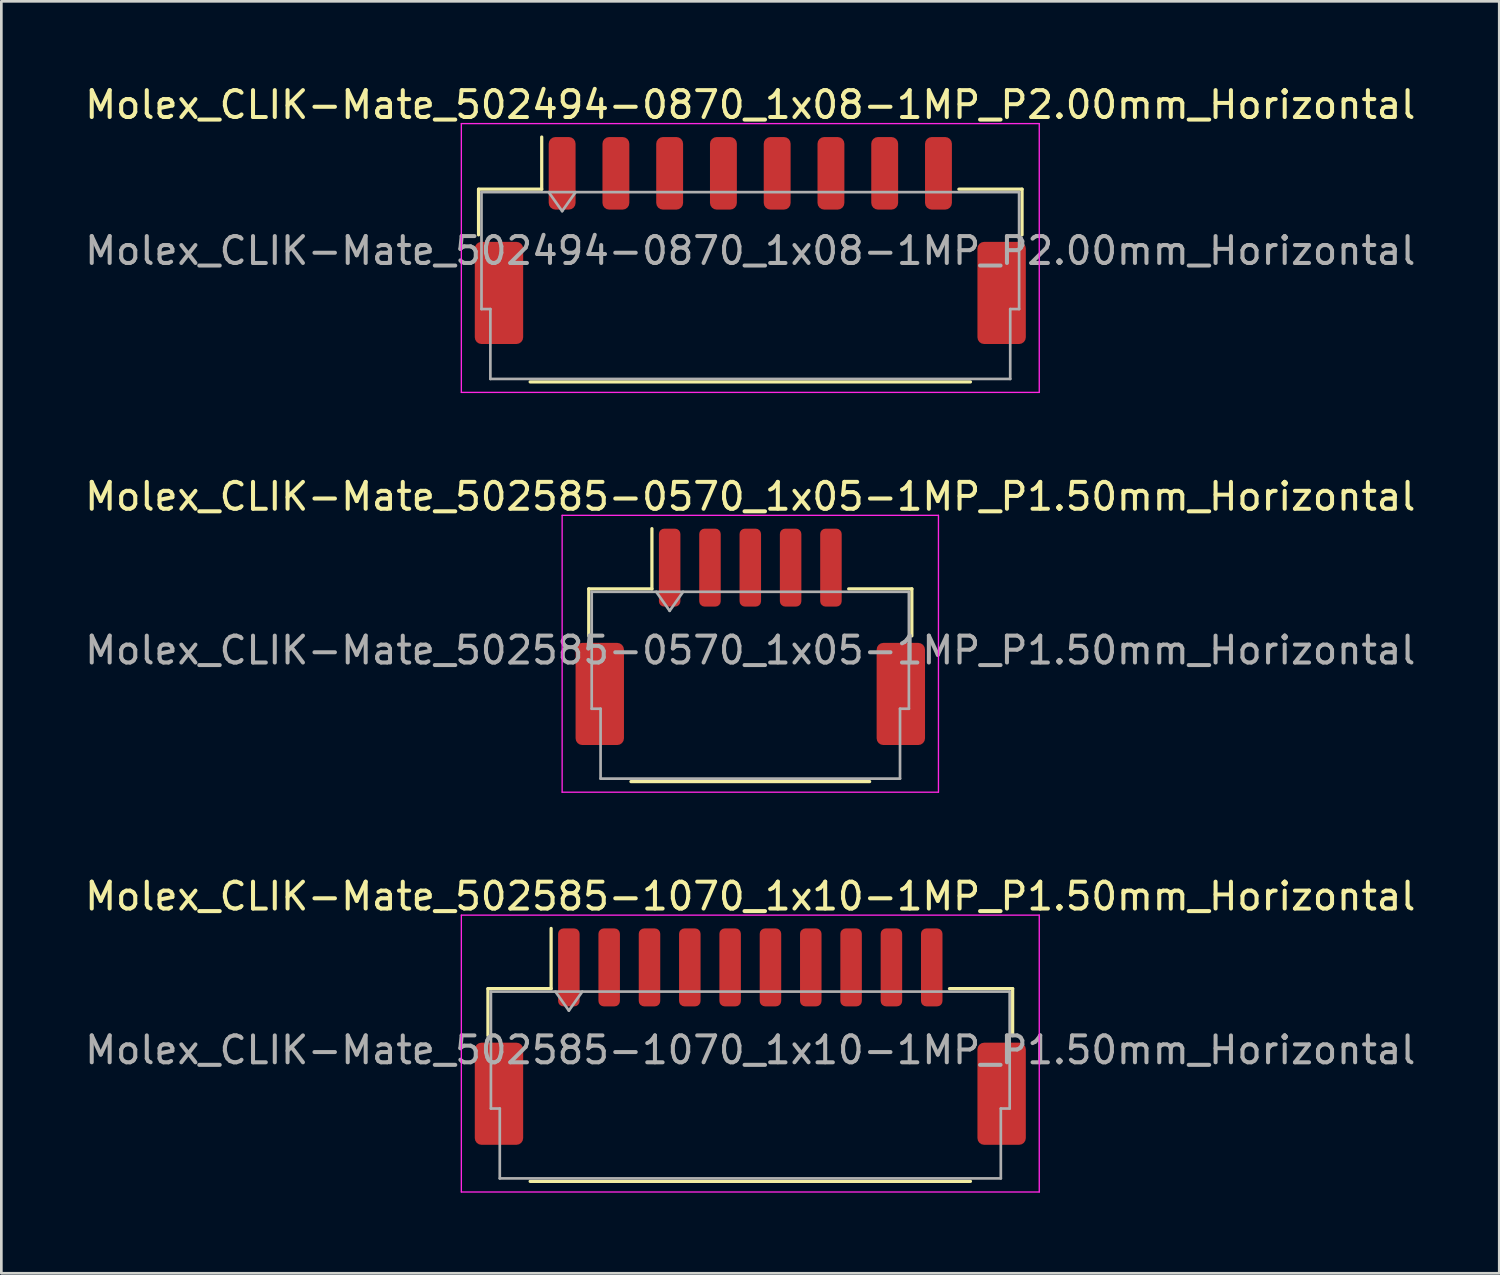
<source format=kicad_pcb>
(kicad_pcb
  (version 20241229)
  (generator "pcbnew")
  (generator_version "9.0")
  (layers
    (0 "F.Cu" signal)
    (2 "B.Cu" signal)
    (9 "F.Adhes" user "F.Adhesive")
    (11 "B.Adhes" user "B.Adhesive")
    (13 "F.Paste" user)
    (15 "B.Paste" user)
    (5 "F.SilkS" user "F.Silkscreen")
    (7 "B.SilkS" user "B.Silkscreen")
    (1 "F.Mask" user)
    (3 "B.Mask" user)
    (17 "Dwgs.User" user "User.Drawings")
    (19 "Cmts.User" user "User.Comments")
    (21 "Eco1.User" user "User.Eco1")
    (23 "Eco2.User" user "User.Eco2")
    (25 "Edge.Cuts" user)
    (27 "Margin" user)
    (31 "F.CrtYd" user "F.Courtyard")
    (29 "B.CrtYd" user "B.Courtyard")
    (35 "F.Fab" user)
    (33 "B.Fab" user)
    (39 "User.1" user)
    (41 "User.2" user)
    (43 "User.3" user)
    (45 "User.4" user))
  (footprint "Molex_CLIK-Mate_502494-0870_1x08-1MP_P2.00mm_Horizontal"
    (layer "F.Cu")
    (at 24.863 5.898)
    (property "Reference" "Molex_CLIK-Mate_502494-0870_1x08-1MP_P2.00mm_Horizontal" (at 0 -5.05 0) (layer "F.SilkS") (effects (font (size 1 1) (thickness 0.15))))
    (attr smd)
    (fp_line (start -10.11 -1.91) (end -7.76 -1.91) (stroke (width 0.12) (type solid)) (layer "F.SilkS"))
    (fp_line (start -10.11 -0.21) (end -10.11 -1.91) (stroke (width 0.12) (type solid)) (layer "F.SilkS"))
    (fp_line (start -8.19 5.26) (end 8.19 5.26) (stroke (width 0.12) (type solid)) (layer "F.SilkS"))
    (fp_line (start -7.76 -1.91) (end -7.76 -3.85) (stroke (width 0.12) (type solid)) (layer "F.SilkS"))
    (fp_line (start 10.11 -1.91) (end 7.76 -1.91) (stroke (width 0.12) (type solid)) (layer "F.SilkS"))
    (fp_line (start 10.11 -0.21) (end 10.11 -1.91) (stroke (width 0.12) (type solid)) (layer "F.SilkS"))
    (fp_line (start -10.75 -4.35) (end -10.75 5.65) (stroke (width 0.05) (type solid)) (layer "F.CrtYd"))
    (fp_line (start -10.75 5.65) (end 10.75 5.65) (stroke (width 0.05) (type solid)) (layer "F.CrtYd"))
    (fp_line (start 10.75 -4.35) (end -10.75 -4.35) (stroke (width 0.05) (type solid)) (layer "F.CrtYd"))
    (fp_line (start 10.75 5.65) (end 10.75 -4.35) (stroke (width 0.05) (type solid)) (layer "F.CrtYd"))
    (fp_line (start -10 -1.8) (end -10 2.55) (stroke (width 0.1) (type solid)) (layer "F.Fab"))
    (fp_line (start -10 -1.8) (end 10 -1.8) (stroke (width 0.1) (type solid)) (layer "F.Fab"))
    (fp_line (start -10 2.55) (end -9.67 2.55) (stroke (width 0.1) (type solid)) (layer "F.Fab"))
    (fp_line (start -9.67 2.55) (end -9.67 5.15) (stroke (width 0.1) (type solid)) (layer "F.Fab"))
    (fp_line (start -9.67 5.15) (end 9.67 5.15) (stroke (width 0.1) (type solid)) (layer "F.Fab"))
    (fp_line (start -7.5 -1.8) (end -7 -1.093) (stroke (width 0.1) (type solid)) (layer "F.Fab"))
    (fp_line (start -7 -1.093) (end -6.5 -1.8) (stroke (width 0.1) (type solid)) (layer "F.Fab"))
    (fp_line (start 9.67 2.55) (end 10 2.55) (stroke (width 0.1) (type solid)) (layer "F.Fab"))
    (fp_line (start 9.67 5.15) (end 9.67 2.55) (stroke (width 0.1) (type solid)) (layer "F.Fab"))
    (fp_line (start 10 -1.8) (end 10 2.55) (stroke (width 0.1) (type solid)) (layer "F.Fab"))
    (fp_text user "${REFERENCE}" (at 0 0.38 0) (layer "F.Fab") (effects (font (size 1 1) (thickness 0.15))))
    (pad "1" smd roundrect (at -7 -2.5) (size 1 2.7) (layers "F.Cu" "F.Mask" "F.Paste") (roundrect_rratio 0.25))
    (pad "2" smd roundrect (at -5 -2.5) (size 1 2.7) (layers "F.Cu" "F.Mask" "F.Paste") (roundrect_rratio 0.25))
    (pad "3" smd roundrect (at -3 -2.5) (size 1 2.7) (layers "F.Cu" "F.Mask" "F.Paste") (roundrect_rratio 0.25))
    (pad "4" smd roundrect (at -1 -2.5) (size 1 2.7) (layers "F.Cu" "F.Mask" "F.Paste") (roundrect_rratio 0.25))
    (pad "5" smd roundrect (at 1 -2.5) (size 1 2.7) (layers "F.Cu" "F.Mask" "F.Paste") (roundrect_rratio 0.25))
    (pad "6" smd roundrect (at 3 -2.5) (size 1 2.7) (layers "F.Cu" "F.Mask" "F.Paste") (roundrect_rratio 0.25))
    (pad "7" smd roundrect (at 5 -2.5) (size 1 2.7) (layers "F.Cu" "F.Mask" "F.Paste") (roundrect_rratio 0.25))
    (pad "8" smd roundrect (at 7 -2.5) (size 1 2.7) (layers "F.Cu" "F.Mask" "F.Paste") (roundrect_rratio 0.25))
    (pad "MP" smd roundrect (at -9.35 1.95) (size 1.8 3.8) (layers "F.Cu" "F.Mask" "F.Paste") (roundrect_rratio 0.139))
    (pad "MP" smd roundrect (at 9.35 1.95) (size 1.8 3.8) (layers "F.Cu" "F.Mask" "F.Paste") (roundrect_rratio 0.139)))
  (footprint "Molex_CLIK-Mate_502585-1070_1x10-1MP_P1.50mm_Horizontal"
    (layer "F.Cu")
    (at 24.863 35.515)
    (property "Reference" "Molex_CLIK-Mate_502585-1070_1x10-1MP_P1.50mm_Horizontal" (at 0 -5.22 0) (layer "F.SilkS") (effects (font (size 1 1) (thickness 0.15))))
    (attr smd)
    (fp_line (start -9.76 -1.785) (end -7.41 -1.785) (stroke (width 0.12) (type solid)) (layer "F.SilkS"))
    (fp_line (start -9.76 -0.035) (end -9.76 -1.785) (stroke (width 0.12) (type solid)) (layer "F.SilkS"))
    (fp_line (start -8.19 5.385) (end 8.19 5.385) (stroke (width 0.12) (type solid)) (layer "F.SilkS"))
    (fp_line (start -7.41 -1.785) (end -7.41 -4.025) (stroke (width 0.12) (type solid)) (layer "F.SilkS"))
    (fp_line (start 9.76 -1.785) (end 7.41 -1.785) (stroke (width 0.12) (type solid)) (layer "F.SilkS"))
    (fp_line (start 9.76 -0.035) (end 9.76 -1.785) (stroke (width 0.12) (type solid)) (layer "F.SilkS"))
    (fp_line (start -10.75 -4.52) (end -10.75 5.78) (stroke (width 0.05) (type solid)) (layer "F.CrtYd"))
    (fp_line (start -10.75 5.78) (end 10.75 5.78) (stroke (width 0.05) (type solid)) (layer "F.CrtYd"))
    (fp_line (start 10.75 -4.52) (end -10.75 -4.52) (stroke (width 0.05) (type solid)) (layer "F.CrtYd"))
    (fp_line (start 10.75 5.78) (end 10.75 -4.52) (stroke (width 0.05) (type solid)) (layer "F.CrtYd"))
    (fp_line (start -9.65 -1.675) (end -9.65 2.675) (stroke (width 0.1) (type solid)) (layer "F.Fab"))
    (fp_line (start -9.65 -1.675) (end 9.65 -1.675) (stroke (width 0.1) (type solid)) (layer "F.Fab"))
    (fp_line (start -9.65 2.675) (end -9.32 2.675) (stroke (width 0.1) (type solid)) (layer "F.Fab"))
    (fp_line (start -9.32 2.675) (end -9.32 5.275) (stroke (width 0.1) (type solid)) (layer "F.Fab"))
    (fp_line (start -9.32 5.275) (end 9.32 5.275) (stroke (width 0.1) (type solid)) (layer "F.Fab"))
    (fp_line (start -7.25 -1.675) (end -6.75 -0.968) (stroke (width 0.1) (type solid)) (layer "F.Fab"))
    (fp_line (start -6.75 -0.968) (end -6.25 -1.675) (stroke (width 0.1) (type solid)) (layer "F.Fab"))
    (fp_line (start 9.32 2.675) (end 9.65 2.675) (stroke (width 0.1) (type solid)) (layer "F.Fab"))
    (fp_line (start 9.32 5.275) (end 9.32 2.675) (stroke (width 0.1) (type solid)) (layer "F.Fab"))
    (fp_line (start 9.65 -1.675) (end 9.65 2.675) (stroke (width 0.1) (type solid)) (layer "F.Fab"))
    (fp_text user "${REFERENCE}" (at 0 0.5 0) (layer "F.Fab") (effects (font (size 1 1) (thickness 0.15))))
    (pad "1" smd roundrect (at -6.75 -2.575) (size 0.8 2.9) (layers "F.Cu" "F.Mask" "F.Paste") (roundrect_rratio 0.25))
    (pad "2" smd roundrect (at -5.25 -2.575) (size 0.8 2.9) (layers "F.Cu" "F.Mask" "F.Paste") (roundrect_rratio 0.25))
    (pad "3" smd roundrect (at -3.75 -2.575) (size 0.8 2.9) (layers "F.Cu" "F.Mask" "F.Paste") (roundrect_rratio 0.25))
    (pad "4" smd roundrect (at -2.25 -2.575) (size 0.8 2.9) (layers "F.Cu" "F.Mask" "F.Paste") (roundrect_rratio 0.25))
    (pad "5" smd roundrect (at -0.75 -2.575) (size 0.8 2.9) (layers "F.Cu" "F.Mask" "F.Paste") (roundrect_rratio 0.25))
    (pad "6" smd roundrect (at 0.75 -2.575) (size 0.8 2.9) (layers "F.Cu" "F.Mask" "F.Paste") (roundrect_rratio 0.25))
    (pad "7" smd roundrect (at 2.25 -2.575) (size 0.8 2.9) (layers "F.Cu" "F.Mask" "F.Paste") (roundrect_rratio 0.25))
    (pad "8" smd roundrect (at 3.75 -2.575) (size 0.8 2.9) (layers "F.Cu" "F.Mask" "F.Paste") (roundrect_rratio 0.25))
    (pad "9" smd roundrect (at 5.25 -2.575) (size 0.8 2.9) (layers "F.Cu" "F.Mask" "F.Paste") (roundrect_rratio 0.25))
    (pad "10" smd roundrect (at 6.75 -2.575) (size 0.8 2.9) (layers "F.Cu" "F.Mask" "F.Paste") (roundrect_rratio 0.25))
    (pad "MP" smd roundrect (at -9.35 2.125) (size 1.8 3.8) (layers "F.Cu" "F.Mask" "F.Paste") (roundrect_rratio 0.139))
    (pad "MP" smd roundrect (at 9.35 2.125) (size 1.8 3.8) (layers "F.Cu" "F.Mask" "F.Paste") (roundrect_rratio 0.139)))
  (footprint "Molex_CLIK-Mate_502585-0570_1x05-1MP_P1.50mm_Horizontal"
    (layer "F.Cu")
    (at 24.863 20.642)
    (property "Reference" "Molex_CLIK-Mate_502585-0570_1x05-1MP_P1.50mm_Horizontal" (at 0 -5.22 0) (layer "F.SilkS") (effects (font (size 1 1) (thickness 0.15))))
    (attr smd)
    (fp_line (start -6.01 -1.785) (end -3.66 -1.785) (stroke (width 0.12) (type solid)) (layer "F.SilkS"))
    (fp_line (start -6.01 -0.035) (end -6.01 -1.785) (stroke (width 0.12) (type solid)) (layer "F.SilkS"))
    (fp_line (start -4.44 5.385) (end 4.44 5.385) (stroke (width 0.12) (type solid)) (layer "F.SilkS"))
    (fp_line (start -3.66 -1.785) (end -3.66 -4.025) (stroke (width 0.12) (type solid)) (layer "F.SilkS"))
    (fp_line (start 6.01 -1.785) (end 3.66 -1.785) (stroke (width 0.12) (type solid)) (layer "F.SilkS"))
    (fp_line (start 6.01 -0.035) (end 6.01 -1.785) (stroke (width 0.12) (type solid)) (layer "F.SilkS"))
    (fp_line (start -7 -4.52) (end -7 5.78) (stroke (width 0.05) (type solid)) (layer "F.CrtYd"))
    (fp_line (start -7 5.78) (end 7 5.78) (stroke (width 0.05) (type solid)) (layer "F.CrtYd"))
    (fp_line (start 7 -4.52) (end -7 -4.52) (stroke (width 0.05) (type solid)) (layer "F.CrtYd"))
    (fp_line (start 7 5.78) (end 7 -4.52) (stroke (width 0.05) (type solid)) (layer "F.CrtYd"))
    (fp_line (start -5.9 -1.675) (end -5.9 2.675) (stroke (width 0.1) (type solid)) (layer "F.Fab"))
    (fp_line (start -5.9 -1.675) (end 5.9 -1.675) (stroke (width 0.1) (type solid)) (layer "F.Fab"))
    (fp_line (start -5.9 2.675) (end -5.57 2.675) (stroke (width 0.1) (type solid)) (layer "F.Fab"))
    (fp_line (start -5.57 2.675) (end -5.57 5.275) (stroke (width 0.1) (type solid)) (layer "F.Fab"))
    (fp_line (start -5.57 5.275) (end 5.57 5.275) (stroke (width 0.1) (type solid)) (layer "F.Fab"))
    (fp_line (start -3.5 -1.675) (end -3 -0.968) (stroke (width 0.1) (type solid)) (layer "F.Fab"))
    (fp_line (start -3 -0.968) (end -2.5 -1.675) (stroke (width 0.1) (type solid)) (layer "F.Fab"))
    (fp_line (start 5.57 2.675) (end 5.9 2.675) (stroke (width 0.1) (type solid)) (layer "F.Fab"))
    (fp_line (start 5.57 5.275) (end 5.57 2.675) (stroke (width 0.1) (type solid)) (layer "F.Fab"))
    (fp_line (start 5.9 -1.675) (end 5.9 2.675) (stroke (width 0.1) (type solid)) (layer "F.Fab"))
    (fp_text user "${REFERENCE}" (at 0 0.5 0) (layer "F.Fab") (effects (font (size 1 1) (thickness 0.15))))
    (pad "1" smd roundrect (at -3 -2.575) (size 0.8 2.9) (layers "F.Cu" "F.Mask" "F.Paste") (roundrect_rratio 0.25))
    (pad "2" smd roundrect (at -1.5 -2.575) (size 0.8 2.9) (layers "F.Cu" "F.Mask" "F.Paste") (roundrect_rratio 0.25))
    (pad "3" smd roundrect (at 0 -2.575) (size 0.8 2.9) (layers "F.Cu" "F.Mask" "F.Paste") (roundrect_rratio 0.25))
    (pad "4" smd roundrect (at 1.5 -2.575) (size 0.8 2.9) (layers "F.Cu" "F.Mask" "F.Paste") (roundrect_rratio 0.25))
    (pad "5" smd roundrect (at 3 -2.575) (size 0.8 2.9) (layers "F.Cu" "F.Mask" "F.Paste") (roundrect_rratio 0.25))
    (pad "MP" smd roundrect (at -5.6 2.125) (size 1.8 3.8) (layers "F.Cu" "F.Mask" "F.Paste") (roundrect_rratio 0.139))
    (pad "MP" smd roundrect (at 5.6 2.125) (size 1.8 3.8) (layers "F.Cu" "F.Mask" "F.Paste") (roundrect_rratio 0.139)))
  (gr_rect
    (start -3 -3)
    (end 52.726 44.32)
    (stroke (width 0.1) (type default))
    (fill no)
    (layer "Edge.Cuts")))
</source>
